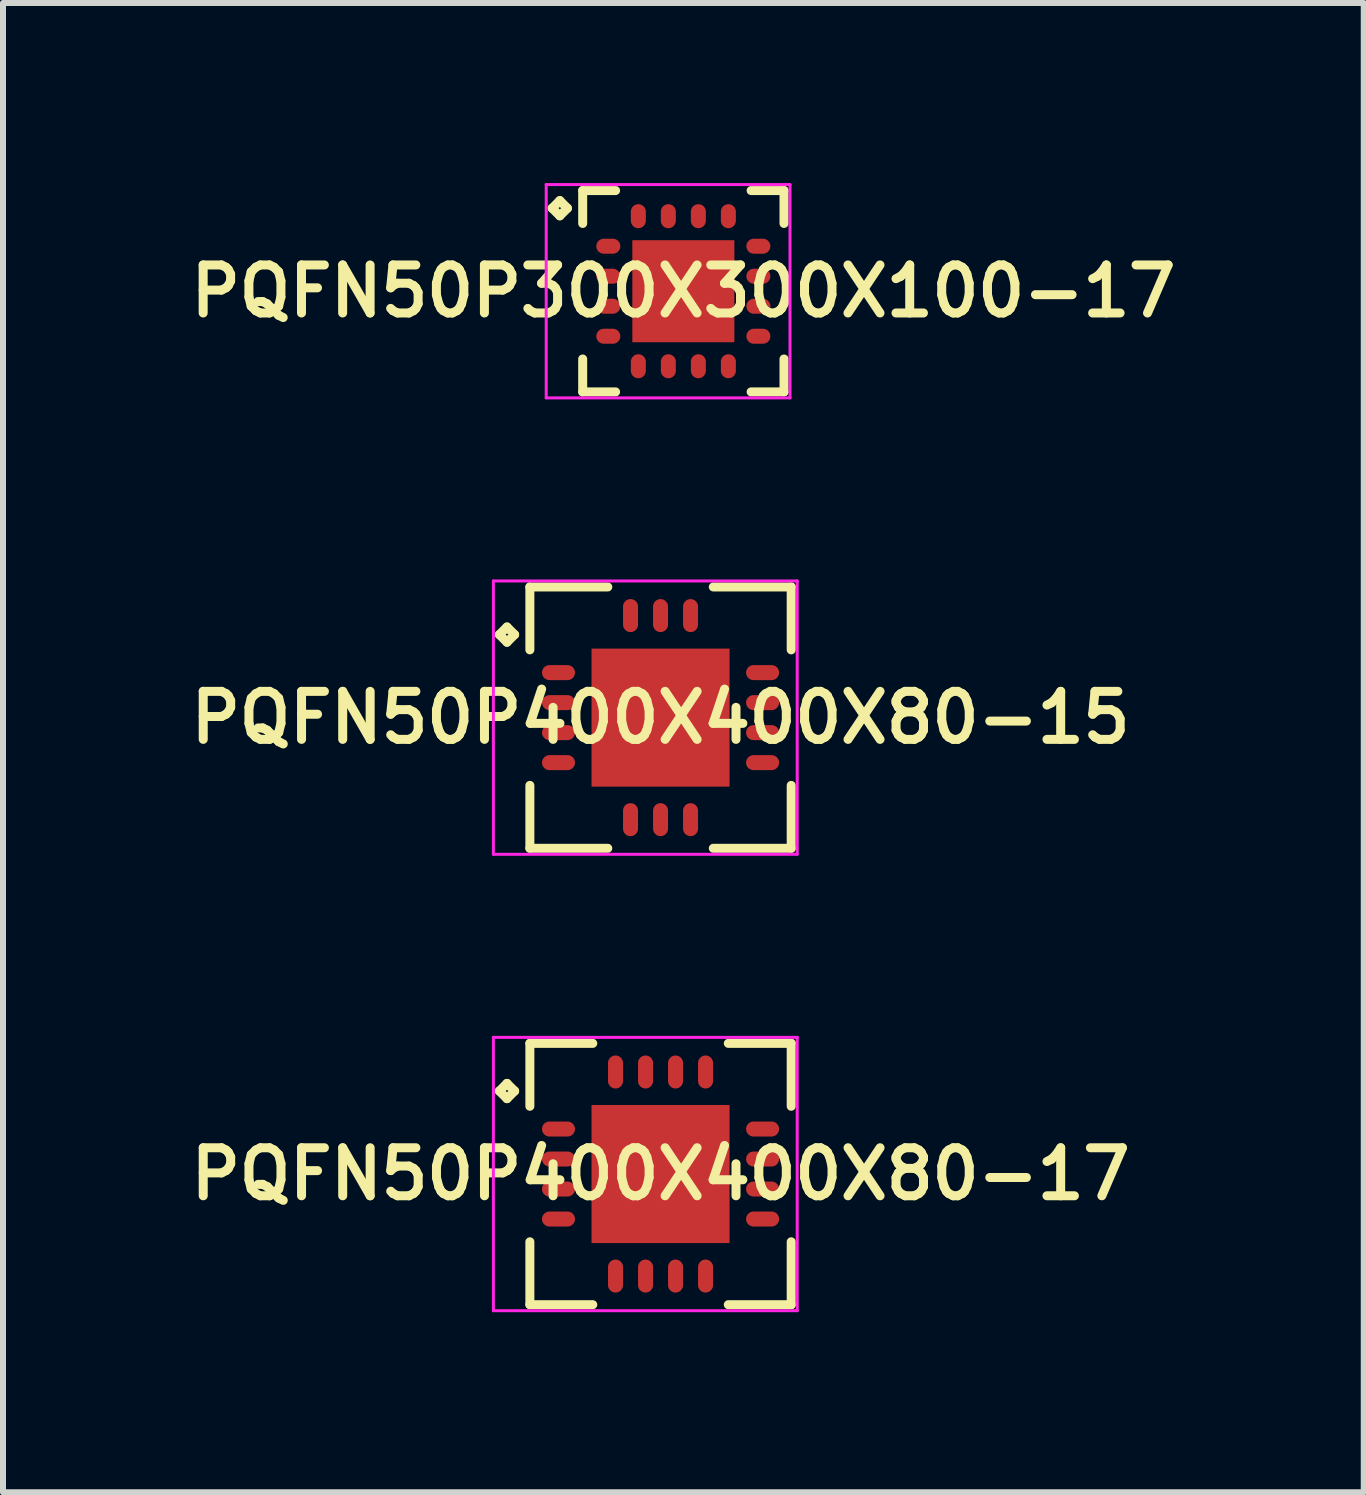
<source format=kicad_pcb>
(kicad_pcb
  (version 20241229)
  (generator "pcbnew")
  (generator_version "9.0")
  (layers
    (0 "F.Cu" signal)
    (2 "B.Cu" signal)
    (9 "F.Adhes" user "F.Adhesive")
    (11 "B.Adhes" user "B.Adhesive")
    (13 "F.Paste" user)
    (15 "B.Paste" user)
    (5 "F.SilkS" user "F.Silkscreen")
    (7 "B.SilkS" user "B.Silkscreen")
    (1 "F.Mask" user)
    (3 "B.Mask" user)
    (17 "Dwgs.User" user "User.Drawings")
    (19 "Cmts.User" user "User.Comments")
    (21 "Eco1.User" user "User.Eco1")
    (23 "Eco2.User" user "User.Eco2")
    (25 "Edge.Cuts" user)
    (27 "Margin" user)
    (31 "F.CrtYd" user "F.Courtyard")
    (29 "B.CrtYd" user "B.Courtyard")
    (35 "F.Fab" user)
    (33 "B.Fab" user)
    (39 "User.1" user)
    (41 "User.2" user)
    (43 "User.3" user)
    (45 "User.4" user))
  (footprint "PQFN50P400X400X80-17"
    (layer "F.Cu")
    (at 7.955 16.51)
    (property "Reference" "PQFN50P400X400X80-17" (at 0 0 0) (layer "F.SilkS") (effects (font (size 0.8 0.8) (thickness 0.15))))
    (attr smd)
    (fp_line (start -2.685 -1.383) (end -2.558 -1.51) (stroke (width 0.15) (type solid)) (layer "F.SilkS"))
    (fp_line (start -2.558 -1.51) (end -2.431 -1.383) (stroke (width 0.15) (type solid)) (layer "F.SilkS"))
    (fp_line (start -2.558 -1.256) (end -2.685 -1.383) (stroke (width 0.15) (type solid)) (layer "F.SilkS"))
    (fp_line (start -2.431 -1.383) (end -2.558 -1.256) (stroke (width 0.15) (type solid)) (layer "F.SilkS"))
    (fp_line (start -2.177 -2.177) (end -1.129 -2.177) (stroke (width 0.15) (type solid)) (layer "F.SilkS"))
    (fp_line (start -2.177 -1.129) (end -2.177 -2.177) (stroke (width 0.15) (type solid)) (layer "F.SilkS"))
    (fp_line (start -2.177 1.129) (end -2.177 2.177) (stroke (width 0.15) (type solid)) (layer "F.SilkS"))
    (fp_line (start -2.177 2.177) (end -1.129 2.177) (stroke (width 0.15) (type solid)) (layer "F.SilkS"))
    (fp_line (start 1.129 -2.177) (end 2.177 -2.177) (stroke (width 0.15) (type solid)) (layer "F.SilkS"))
    (fp_line (start 1.129 2.177) (end 2.177 2.177) (stroke (width 0.15) (type solid)) (layer "F.SilkS"))
    (fp_line (start 2.177 -2.177) (end 2.177 -1.129) (stroke (width 0.15) (type solid)) (layer "F.SilkS"))
    (fp_line (start 2.177 2.177) (end 2.177 1.129) (stroke (width 0.15) (type solid)) (layer "F.SilkS"))
    (fp_line (start -2.785 -2.277) (end 2.277 -2.277) (stroke (width 0.05) (type solid)) (layer "F.CrtYd"))
    (fp_line (start -2.785 2.277) (end -2.785 -2.277) (stroke (width 0.05) (type solid)) (layer "F.CrtYd"))
    (fp_line (start 2.277 -2.277) (end 2.277 2.277) (stroke (width 0.05) (type solid)) (layer "F.CrtYd"))
    (fp_line (start 2.277 2.277) (end -2.785 2.277) (stroke (width 0.05) (type solid)) (layer "F.CrtYd"))
    (pad "1" smd oval (at -1.7 -0.75) (size 0.55 0.25) (layers "F.Cu" "F.Mask" "F.Paste"))
    (pad "2" smd oval (at -1.7 -0.25) (size 0.55 0.25) (layers "F.Cu" "F.Mask" "F.Paste"))
    (pad "3" smd oval (at -1.7 0.25) (size 0.55 0.25) (layers "F.Cu" "F.Mask" "F.Paste"))
    (pad "4" smd oval (at -1.7 0.75) (size 0.55 0.25) (layers "F.Cu" "F.Mask" "F.Paste"))
    (pad "5" smd oval (at -0.75 1.7) (size 0.25 0.55) (layers "F.Cu" "F.Mask" "F.Paste"))
    (pad "6" smd oval (at -0.25 1.7) (size 0.25 0.55) (layers "F.Cu" "F.Mask" "F.Paste"))
    (pad "7" smd oval (at 0.25 1.7) (size 0.25 0.55) (layers "F.Cu" "F.Mask" "F.Paste"))
    (pad "8" smd oval (at 0.75 1.7) (size 0.25 0.55) (layers "F.Cu" "F.Mask" "F.Paste"))
    (pad "9" smd oval (at 1.7 0.75) (size 0.55 0.25) (layers "F.Cu" "F.Mask" "F.Paste"))
    (pad "10" smd oval (at 1.7 0.25) (size 0.55 0.25) (layers "F.Cu" "F.Mask" "F.Paste"))
    (pad "11" smd oval (at 1.7 -0.25) (size 0.55 0.25) (layers "F.Cu" "F.Mask" "F.Paste"))
    (pad "12" smd oval (at 1.7 -0.75) (size 0.55 0.25) (layers "F.Cu" "F.Mask" "F.Paste"))
    (pad "13" smd oval (at 0.75 -1.7) (size 0.25 0.55) (layers "F.Cu" "F.Mask" "F.Paste"))
    (pad "14" smd oval (at 0.25 -1.7) (size 0.25 0.55) (layers "F.Cu" "F.Mask" "F.Paste"))
    (pad "15" smd oval (at -0.25 -1.7) (size 0.25 0.55) (layers "F.Cu" "F.Mask" "F.Paste"))
    (pad "16" smd oval (at -0.75 -1.7) (size 0.25 0.55) (layers "F.Cu" "F.Mask" "F.Paste"))
    (pad "17" smd rect (at 0 0) (size 2.3 2.3) (layers "F.Cu" "F.Mask" "F.Paste")))
  (footprint "PQFN50P300X300X100-17"
    (layer "F.Cu")
    (at 8.335 1.802)
    (property "Reference" "PQFN50P300X300X100-17" (at 0 0 0) (layer "F.SilkS") (effects (font (size 0.8 0.8) (thickness 0.15))))
    (attr smd)
    (fp_line (start -2.185 -1.383) (end -2.058 -1.51) (stroke (width 0.15) (type solid)) (layer "F.SilkS"))
    (fp_line (start -2.058 -1.51) (end -1.931 -1.383) (stroke (width 0.15) (type solid)) (layer "F.SilkS"))
    (fp_line (start -2.058 -1.256) (end -2.185 -1.383) (stroke (width 0.15) (type solid)) (layer "F.SilkS"))
    (fp_line (start -1.931 -1.383) (end -2.058 -1.256) (stroke (width 0.15) (type solid)) (layer "F.SilkS"))
    (fp_line (start -1.677 -1.677) (end -1.129 -1.677) (stroke (width 0.15) (type solid)) (layer "F.SilkS"))
    (fp_line (start -1.677 -1.129) (end -1.677 -1.677) (stroke (width 0.15) (type solid)) (layer "F.SilkS"))
    (fp_line (start -1.677 1.129) (end -1.677 1.677) (stroke (width 0.15) (type solid)) (layer "F.SilkS"))
    (fp_line (start -1.677 1.677) (end -1.129 1.677) (stroke (width 0.15) (type solid)) (layer "F.SilkS"))
    (fp_line (start 1.129 -1.677) (end 1.677 -1.677) (stroke (width 0.15) (type solid)) (layer "F.SilkS"))
    (fp_line (start 1.129 1.677) (end 1.677 1.677) (stroke (width 0.15) (type solid)) (layer "F.SilkS"))
    (fp_line (start 1.677 -1.677) (end 1.677 -1.129) (stroke (width 0.15) (type solid)) (layer "F.SilkS"))
    (fp_line (start 1.677 1.677) (end 1.677 1.129) (stroke (width 0.15) (type solid)) (layer "F.SilkS"))
    (fp_line (start -2.285 -1.777) (end 1.777 -1.777) (stroke (width 0.05) (type solid)) (layer "F.CrtYd"))
    (fp_line (start -2.285 1.777) (end -2.285 -1.777) (stroke (width 0.05) (type solid)) (layer "F.CrtYd"))
    (fp_line (start 1.777 -1.777) (end 1.777 1.777) (stroke (width 0.05) (type solid)) (layer "F.CrtYd"))
    (fp_line (start 1.777 1.777) (end -2.285 1.777) (stroke (width 0.05) (type solid)) (layer "F.CrtYd"))
    (pad "1" smd oval (at -1.25 -0.75) (size 0.4 0.25) (layers "F.Cu" "F.Mask" "F.Paste"))
    (pad "2" smd oval (at -1.25 -0.25) (size 0.4 0.25) (layers "F.Cu" "F.Mask" "F.Paste"))
    (pad "3" smd oval (at -1.25 0.25) (size 0.4 0.25) (layers "F.Cu" "F.Mask" "F.Paste"))
    (pad "4" smd oval (at -1.25 0.75) (size 0.4 0.25) (layers "F.Cu" "F.Mask" "F.Paste"))
    (pad "5" smd oval (at -0.75 1.25) (size 0.25 0.4) (layers "F.Cu" "F.Mask" "F.Paste"))
    (pad "6" smd oval (at -0.25 1.25) (size 0.25 0.4) (layers "F.Cu" "F.Mask" "F.Paste"))
    (pad "7" smd oval (at 0.25 1.25) (size 0.25 0.4) (layers "F.Cu" "F.Mask" "F.Paste"))
    (pad "8" smd oval (at 0.75 1.25) (size 0.25 0.4) (layers "F.Cu" "F.Mask" "F.Paste"))
    (pad "9" smd oval (at 1.25 0.75) (size 0.4 0.25) (layers "F.Cu" "F.Mask" "F.Paste"))
    (pad "10" smd oval (at 1.25 0.25) (size 0.4 0.25) (layers "F.Cu" "F.Mask" "F.Paste"))
    (pad "11" smd oval (at 1.25 -0.25) (size 0.4 0.25) (layers "F.Cu" "F.Mask" "F.Paste"))
    (pad "12" smd oval (at 1.25 -0.75) (size 0.4 0.25) (layers "F.Cu" "F.Mask" "F.Paste"))
    (pad "13" smd oval (at 0.75 -1.25) (size 0.25 0.4) (layers "F.Cu" "F.Mask" "F.Paste"))
    (pad "14" smd oval (at 0.25 -1.25) (size 0.25 0.4) (layers "F.Cu" "F.Mask" "F.Paste"))
    (pad "15" smd oval (at -0.25 -1.25) (size 0.25 0.4) (layers "F.Cu" "F.Mask" "F.Paste"))
    (pad "16" smd oval (at -0.75 -1.25) (size 0.25 0.4) (layers "F.Cu" "F.Mask" "F.Paste"))
    (pad "17" smd rect (at 0 0) (size 1.7 1.7) (layers "F.Cu" "F.Mask" "F.Paste")))
  (footprint "PQFN50P400X400X80-15"
    (layer "F.Cu")
    (at 7.955 8.906)
    (property "Reference" "PQFN50P400X400X80-15" (at 0 0 0) (layer "F.SilkS") (effects (font (size 0.8 0.8) (thickness 0.15))))
    (attr smd)
    (fp_line (start -2.685 -1.383) (end -2.558 -1.51) (stroke (width 0.15) (type solid)) (layer "F.SilkS"))
    (fp_line (start -2.558 -1.51) (end -2.431 -1.383) (stroke (width 0.15) (type solid)) (layer "F.SilkS"))
    (fp_line (start -2.558 -1.256) (end -2.685 -1.383) (stroke (width 0.15) (type solid)) (layer "F.SilkS"))
    (fp_line (start -2.431 -1.383) (end -2.558 -1.256) (stroke (width 0.15) (type solid)) (layer "F.SilkS"))
    (fp_line (start -2.177 -2.177) (end -0.879 -2.177) (stroke (width 0.15) (type solid)) (layer "F.SilkS"))
    (fp_line (start -2.177 -1.129) (end -2.177 -2.177) (stroke (width 0.15) (type solid)) (layer "F.SilkS"))
    (fp_line (start -2.177 1.129) (end -2.177 2.177) (stroke (width 0.15) (type solid)) (layer "F.SilkS"))
    (fp_line (start -2.177 2.177) (end -0.879 2.177) (stroke (width 0.15) (type solid)) (layer "F.SilkS"))
    (fp_line (start 0.879 -2.177) (end 2.177 -2.177) (stroke (width 0.15) (type solid)) (layer "F.SilkS"))
    (fp_line (start 0.879 2.177) (end 2.177 2.177) (stroke (width 0.15) (type solid)) (layer "F.SilkS"))
    (fp_line (start 2.177 -2.177) (end 2.177 -1.129) (stroke (width 0.15) (type solid)) (layer "F.SilkS"))
    (fp_line (start 2.177 2.177) (end 2.177 1.129) (stroke (width 0.15) (type solid)) (layer "F.SilkS"))
    (fp_line (start -2.785 -2.277) (end 2.277 -2.277) (stroke (width 0.05) (type solid)) (layer "F.CrtYd"))
    (fp_line (start -2.785 2.277) (end -2.785 -2.277) (stroke (width 0.05) (type solid)) (layer "F.CrtYd"))
    (fp_line (start 2.277 -2.277) (end 2.277 2.277) (stroke (width 0.05) (type solid)) (layer "F.CrtYd"))
    (fp_line (start 2.277 2.277) (end -2.785 2.277) (stroke (width 0.05) (type solid)) (layer "F.CrtYd"))
    (pad "1" smd oval (at -1.7 -0.75) (size 0.55 0.25) (layers "F.Cu" "F.Mask" "F.Paste"))
    (pad "2" smd oval (at -1.7 -0.25) (size 0.55 0.25) (layers "F.Cu" "F.Mask" "F.Paste"))
    (pad "3" smd oval (at -1.7 0.25) (size 0.55 0.25) (layers "F.Cu" "F.Mask" "F.Paste"))
    (pad "4" smd oval (at -1.7 0.75) (size 0.55 0.25) (layers "F.Cu" "F.Mask" "F.Paste"))
    (pad "5" smd oval (at -0.5 1.7) (size 0.25 0.55) (layers "F.Cu" "F.Mask" "F.Paste"))
    (pad "6" smd oval (at 0 1.7) (size 0.25 0.55) (layers "F.Cu" "F.Mask" "F.Paste"))
    (pad "7" smd oval (at 0.5 1.7) (size 0.25 0.55) (layers "F.Cu" "F.Mask" "F.Paste"))
    (pad "8" smd oval (at 1.7 0.75) (size 0.55 0.25) (layers "F.Cu" "F.Mask" "F.Paste"))
    (pad "9" smd oval (at 1.7 0.25) (size 0.55 0.25) (layers "F.Cu" "F.Mask" "F.Paste"))
    (pad "10" smd oval (at 1.7 -0.25) (size 0.55 0.25) (layers "F.Cu" "F.Mask" "F.Paste"))
    (pad "11" smd oval (at 1.7 -0.75) (size 0.55 0.25) (layers "F.Cu" "F.Mask" "F.Paste"))
    (pad "12" smd oval (at 0.5 -1.7) (size 0.25 0.55) (layers "F.Cu" "F.Mask" "F.Paste"))
    (pad "13" smd oval (at 0 -1.7) (size 0.25 0.55) (layers "F.Cu" "F.Mask" "F.Paste"))
    (pad "14" smd oval (at -0.5 -1.7) (size 0.25 0.55) (layers "F.Cu" "F.Mask" "F.Paste"))
    (pad "15" smd rect (at 0 0) (size 2.3 2.3) (layers "F.Cu" "F.Mask" "F.Paste")))
  (gr_rect
    (start -3 -3)
    (end 19.671 21.812)
    (stroke (width 0.1) (type default))
    (fill no)
    (layer "Edge.Cuts")))
</source>
